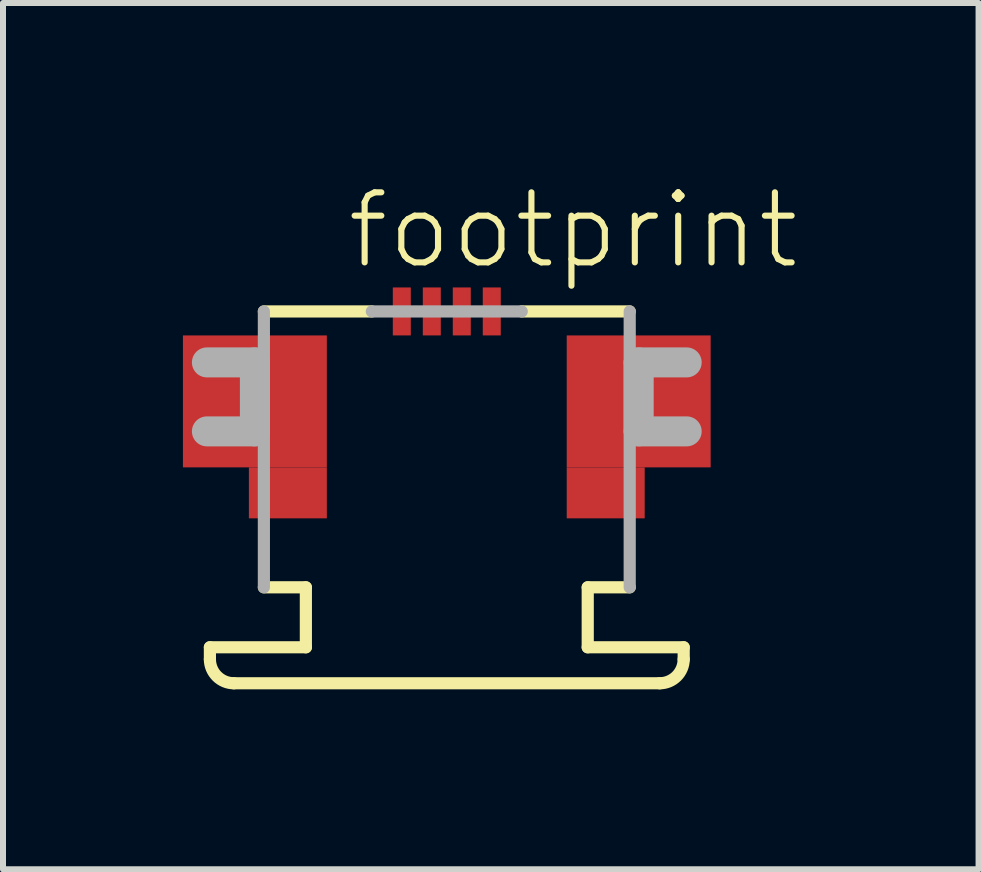
<source format=kicad_pcb>
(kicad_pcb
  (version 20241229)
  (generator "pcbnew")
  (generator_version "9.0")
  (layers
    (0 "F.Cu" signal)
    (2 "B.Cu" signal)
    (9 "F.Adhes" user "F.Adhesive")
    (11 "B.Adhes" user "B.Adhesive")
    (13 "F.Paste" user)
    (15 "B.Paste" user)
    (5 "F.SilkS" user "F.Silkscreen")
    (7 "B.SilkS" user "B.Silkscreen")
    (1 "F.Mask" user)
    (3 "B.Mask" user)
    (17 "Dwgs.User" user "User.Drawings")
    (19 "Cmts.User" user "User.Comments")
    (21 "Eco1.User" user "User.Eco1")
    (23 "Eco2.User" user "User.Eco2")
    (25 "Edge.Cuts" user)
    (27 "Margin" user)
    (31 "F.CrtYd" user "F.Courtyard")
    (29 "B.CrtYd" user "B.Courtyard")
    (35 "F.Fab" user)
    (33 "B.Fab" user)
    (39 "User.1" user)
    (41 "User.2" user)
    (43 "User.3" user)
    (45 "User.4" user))
  (footprint "footprint"
    (layer "F.Cu")
    (at 4.4 2.743)
    (property "Reference" "footprint" (at -1.715 -1.27 0) (layer "F.SilkS") (effects (font (size 1.168 1.168) (thickness 0.102)) (justify left bottom)))
    (fp_poly (pts (xy -4.4 2) (xy -2 2) (xy -2 -0.2) (xy -4.4 -0.2)) (stroke (width 0) (type solid)) (fill yes) (layer "F.Cu"))
    (fp_poly (pts (xy -3.3 2.85) (xy -2 2.85) (xy -2 2) (xy -3.3 2)) (stroke (width 0) (type solid)) (fill yes) (layer "F.Cu"))
    (fp_poly (pts (xy 2 2) (xy 4.4 2) (xy 4.4 -0.2) (xy 2 -0.2)) (stroke (width 0) (type solid)) (fill yes) (layer "F.Cu"))
    (fp_poly (pts (xy 2 2.85) (xy 3.3 2.85) (xy 3.3 2) (xy 2 2)) (stroke (width 0) (type solid)) (fill yes) (layer "F.Cu"))
    (fp_poly (pts (xy -4.4 2) (xy -2 2) (xy -2 -0.2) (xy -4.4 -0.2)) (stroke (width 0) (type solid)) (fill yes) (layer "F.Mask"))
    (fp_poly (pts (xy -3.3 2.85) (xy -2 2.85) (xy -2 2) (xy -3.3 2)) (stroke (width 0) (type solid)) (fill yes) (layer "F.Mask"))
    (fp_poly (pts (xy -0.925 -0.175) (xy -0.575 -0.175) (xy -0.575 -1.025) (xy -0.925 -1.025)) (stroke (width 0) (type solid)) (fill yes) (layer "F.Mask"))
    (fp_poly (pts (xy -0.425 -0.175) (xy -0.075 -0.175) (xy -0.075 -1.025) (xy -0.425 -1.025)) (stroke (width 0) (type solid)) (fill yes) (layer "F.Mask"))
    (fp_poly (pts (xy 0.075 -0.175) (xy 0.425 -0.175) (xy 0.425 -1.025) (xy 0.075 -1.025)) (stroke (width 0) (type solid)) (fill yes) (layer "F.Mask"))
    (fp_poly (pts (xy 0.575 -0.175) (xy 0.925 -0.175) (xy 0.925 -1.025) (xy 0.575 -1.025)) (stroke (width 0) (type solid)) (fill yes) (layer "F.Mask"))
    (fp_poly (pts (xy 2 2) (xy 4.4 2) (xy 4.4 -0.2) (xy 2 -0.2)) (stroke (width 0) (type solid)) (fill yes) (layer "F.Mask"))
    (fp_poly (pts (xy 2 2.85) (xy 3.3 2.85) (xy 3.3 2) (xy 2 2)) (stroke (width 0) (type solid)) (fill yes) (layer "F.Mask"))
    (fp_line (start -3.95 5) (end -2.35 5) (stroke (width 0.203) (type solid)) (layer "F.SilkS"))
    (fp_line (start -3.95 5.2) (end -3.95 5) (stroke (width 0.203) (type solid)) (layer "F.SilkS"))
    (fp_line (start -3.05 -0.6) (end -1.25 -0.6) (stroke (width 0.203) (type solid)) (layer "F.SilkS"))
    (fp_line (start -2.35 4) (end -3.05 4) (stroke (width 0.203) (type solid)) (layer "F.SilkS"))
    (fp_line (start -2.35 5) (end -2.35 4) (stroke (width 0.203) (type solid)) (layer "F.SilkS"))
    (fp_line (start 1.25 -0.6) (end 3.05 -0.6) (stroke (width 0.203) (type solid)) (layer "F.SilkS"))
    (fp_line (start 2.35 4) (end 2.35 5) (stroke (width 0.203) (type solid)) (layer "F.SilkS"))
    (fp_line (start 2.35 5) (end 3.95 5) (stroke (width 0.203) (type solid)) (layer "F.SilkS"))
    (fp_line (start 3.05 4) (end 2.35 4) (stroke (width 0.203) (type solid)) (layer "F.SilkS"))
    (fp_line (start 3.55 5.6) (end -3.55 5.6) (stroke (width 0.203) (type solid)) (layer "F.SilkS"))
    (fp_line (start 3.95 5) (end 3.95 5.2) (stroke (width 0.203) (type solid)) (layer "F.SilkS"))
    (fp_arc (start -3.55 5.6) (mid -3.832843 5.482843) (end -3.95 5.2) (stroke (width 0.2032) (type solid)) (layer "F.SilkS"))
    (fp_arc (start 3.95 5.2) (mid 3.832843 5.482843) (end 3.55 5.6) (stroke (width 0.2032) (type solid)) (layer "F.SilkS"))
    (fp_poly (pts (xy -4.275 1.9) (xy -2.1 1.9) (xy -2.1 -0.075) (xy -4.275 -0.075)) (stroke (width 0) (type solid)) (fill yes) (layer "F.Paste"))
    (fp_poly (pts (xy -3.2 2.75) (xy -2.1 2.75) (xy -2.1 1.9) (xy -3.2 1.9)) (stroke (width 0) (type solid)) (fill yes) (layer "F.Paste"))
    (fp_poly (pts (xy 2.1 1.9) (xy 4.275 1.9) (xy 4.275 -0.075) (xy 2.1 -0.075)) (stroke (width 0) (type solid)) (fill yes) (layer "F.Paste"))
    (fp_poly (pts (xy 2.1 2.75) (xy 3.2 2.75) (xy 3.2 1.9) (xy 2.1 1.9)) (stroke (width 0) (type solid)) (fill yes) (layer "F.Paste"))
    (fp_line (start -4 0.25) (end -3.2 0.25) (stroke (width 0.5) (type solid)) (layer "F.Fab"))
    (fp_line (start -3.2 0.25) (end -3.2 1.4) (stroke (width 0.5) (type solid)) (layer "F.Fab"))
    (fp_line (start -3.2 1.4) (end -4 1.4) (stroke (width 0.5) (type solid)) (layer "F.Fab"))
    (fp_line (start -3.05 4) (end -3.05 -0.6) (stroke (width 0.203) (type solid)) (layer "F.Fab"))
    (fp_line (start -1.25 -0.6) (end 1.25 -0.6) (stroke (width 0.203) (type solid)) (layer "F.Fab"))
    (fp_line (start 3.05 -0.6) (end 3.05 4) (stroke (width 0.203) (type solid)) (layer "F.Fab"))
    (fp_line (start 3.2 0.25) (end 4 0.25) (stroke (width 0.5) (type solid)) (layer "F.Fab"))
    (fp_line (start 3.2 1.4) (end 3.2 0.25) (stroke (width 0.5) (type solid)) (layer "F.Fab"))
    (fp_line (start 4 1.4) (end 3.2 1.4) (stroke (width 0.5) (type solid)) (layer "F.Fab"))
    (pad "1" smd rect (at -0.75 -0.6) (size 0.3 0.8) (layers "F.Cu" "F.Paste"))
    (pad "2" smd rect (at -0.25 -0.6) (size 0.3 0.8) (layers "F.Cu" "F.Paste"))
    (pad "3" smd rect (at 0.25 -0.6) (size 0.3 0.8) (layers "F.Cu" "F.Paste"))
    (pad "4" smd rect (at 0.75 -0.6) (size 0.3 0.8) (layers "F.Cu" "F.Paste")))
  (gr_rect
    (start -3 -3)
    (end 13.267 11.445)
    (stroke (width 0.1) (type default))
    (fill no)
    (layer "Edge.Cuts")))
</source>
